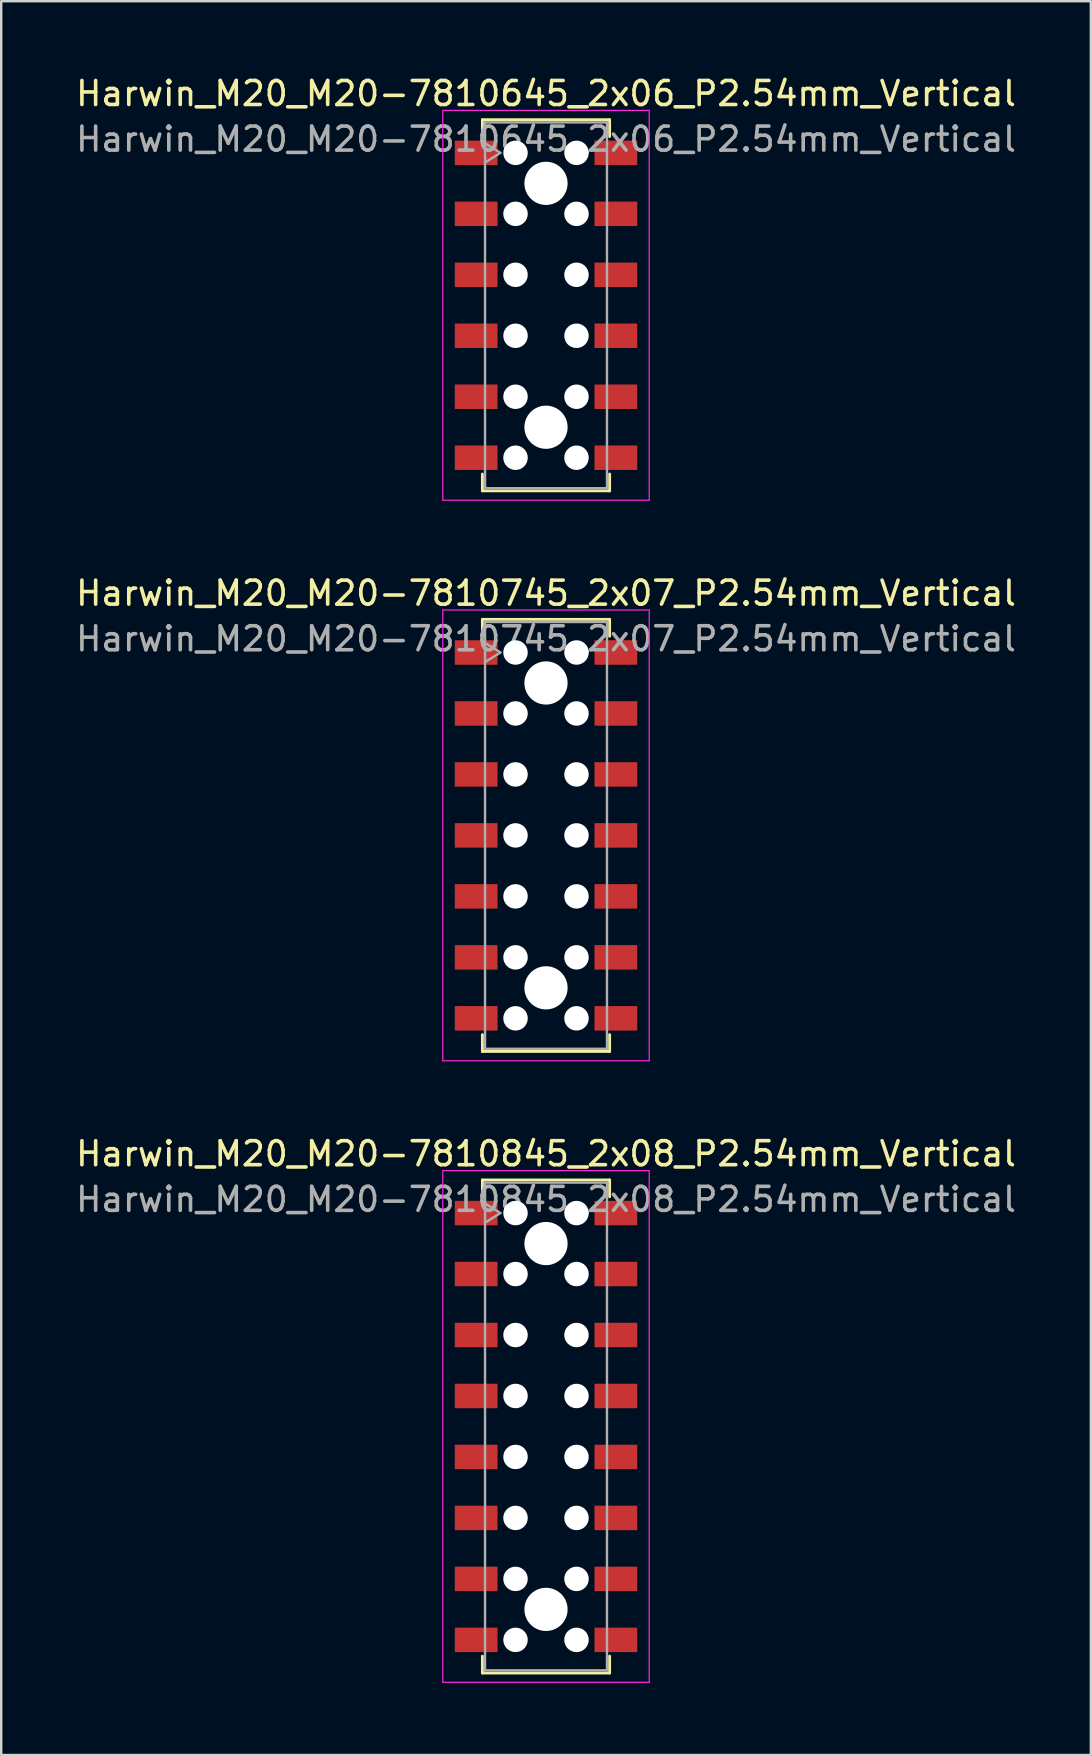
<source format=kicad_pcb>
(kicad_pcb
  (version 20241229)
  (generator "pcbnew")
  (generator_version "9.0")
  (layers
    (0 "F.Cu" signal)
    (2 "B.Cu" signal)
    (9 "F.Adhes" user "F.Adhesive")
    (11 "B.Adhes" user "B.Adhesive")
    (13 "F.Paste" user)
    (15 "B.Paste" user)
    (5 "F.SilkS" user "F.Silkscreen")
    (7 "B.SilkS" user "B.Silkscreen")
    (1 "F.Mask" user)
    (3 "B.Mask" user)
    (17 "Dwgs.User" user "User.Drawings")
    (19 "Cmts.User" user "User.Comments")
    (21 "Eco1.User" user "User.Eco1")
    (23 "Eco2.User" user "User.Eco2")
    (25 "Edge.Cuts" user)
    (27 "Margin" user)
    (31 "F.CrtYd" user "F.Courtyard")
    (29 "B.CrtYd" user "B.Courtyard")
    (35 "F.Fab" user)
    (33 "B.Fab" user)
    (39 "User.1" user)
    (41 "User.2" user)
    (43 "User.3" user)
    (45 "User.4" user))
  (footprint "Harwin_M20_M20-7810645_2x06_P2.54mm_Vertical"
    (layer "F.Cu")
    (at 19.696 9.668)
    (property "Reference" "Harwin_M20_M20-7810645_2x06_P2.54mm_Vertical" (at 0 -8.82 0) (layer "F.SilkS") (effects (font (size 1 1) (thickness 0.15))))
    (attr smd)
    (fp_line (start -2.65 -7.73) (end 2.65 -7.73) (stroke (width 0.12) (type solid)) (layer "F.SilkS"))
    (fp_line (start -2.65 -7.03) (end -2.65 -7.73) (stroke (width 0.12) (type solid)) (layer "F.SilkS"))
    (fp_line (start -2.65 7.03) (end -2.65 7.73) (stroke (width 0.12) (type solid)) (layer "F.SilkS"))
    (fp_line (start -2.65 7.73) (end 2.65 7.73) (stroke (width 0.12) (type solid)) (layer "F.SilkS"))
    (fp_line (start 2.65 -7.73) (end 2.65 -7.03) (stroke (width 0.12) (type solid)) (layer "F.SilkS"))
    (fp_line (start 2.65 7.73) (end 2.65 7.03) (stroke (width 0.12) (type solid)) (layer "F.SilkS"))
    (fp_line (start -4.3 -8.12) (end 4.3 -8.12) (stroke (width 0.05) (type solid)) (layer "F.CrtYd"))
    (fp_line (start -4.3 8.12) (end -4.3 -8.12) (stroke (width 0.05) (type solid)) (layer "F.CrtYd"))
    (fp_line (start 4.3 -8.12) (end 4.3 8.12) (stroke (width 0.05) (type solid)) (layer "F.CrtYd"))
    (fp_line (start 4.3 8.12) (end -4.3 8.12) (stroke (width 0.05) (type solid)) (layer "F.CrtYd"))
    (fp_line (start -2.54 -7.62) (end 2.54 -7.62) (stroke (width 0.1) (type solid)) (layer "F.Fab"))
    (fp_line (start -2.54 -6.75) (end -1.9 -6.35) (stroke (width 0.1) (type solid)) (layer "F.Fab"))
    (fp_line (start -2.54 7.62) (end -2.54 -7.62) (stroke (width 0.1) (type solid)) (layer "F.Fab"))
    (fp_line (start -1.9 -6.35) (end -2.54 -5.95) (stroke (width 0.1) (type solid)) (layer "F.Fab"))
    (fp_line (start 2.54 -7.62) (end 2.54 7.62) (stroke (width 0.1) (type solid)) (layer "F.Fab"))
    (fp_line (start 2.54 7.62) (end -2.54 7.62) (stroke (width 0.1) (type solid)) (layer "F.Fab"))
    (fp_text user "${REFERENCE}" (at 0 -6.92 0) (layer "F.Fab") (effects (font (size 1 1) (thickness 0.15))))
    (pad "" np_thru_hole circle (at -1.27 -6.35) (size 1.02 1.02) (drill 1.02) (layers "*.Cu" "*.Mask"))
    (pad "" np_thru_hole circle (at -1.27 -3.81) (size 1.02 1.02) (drill 1.02) (layers "*.Cu" "*.Mask"))
    (pad "" np_thru_hole circle (at -1.27 -1.27) (size 1.02 1.02) (drill 1.02) (layers "*.Cu" "*.Mask"))
    (pad "" np_thru_hole circle (at -1.27 1.27) (size 1.02 1.02) (drill 1.02) (layers "*.Cu" "*.Mask"))
    (pad "" np_thru_hole circle (at -1.27 3.81) (size 1.02 1.02) (drill 1.02) (layers "*.Cu" "*.Mask"))
    (pad "" np_thru_hole circle (at -1.27 6.35) (size 1.02 1.02) (drill 1.02) (layers "*.Cu" "*.Mask"))
    (pad "" np_thru_hole circle (at 0 -5.08) (size 1.8 1.8) (drill 1.8) (layers "*.Cu" "*.Mask"))
    (pad "" np_thru_hole circle (at 0 5.08) (size 1.8 1.8) (drill 1.8) (layers "*.Cu" "*.Mask"))
    (pad "" np_thru_hole circle (at 1.27 -6.35) (size 1.02 1.02) (drill 1.02) (layers "*.Cu" "*.Mask"))
    (pad "" np_thru_hole circle (at 1.27 -3.81) (size 1.02 1.02) (drill 1.02) (layers "*.Cu" "*.Mask"))
    (pad "" np_thru_hole circle (at 1.27 -1.27) (size 1.02 1.02) (drill 1.02) (layers "*.Cu" "*.Mask"))
    (pad "" np_thru_hole circle (at 1.27 1.27) (size 1.02 1.02) (drill 1.02) (layers "*.Cu" "*.Mask"))
    (pad "" np_thru_hole circle (at 1.27 3.81) (size 1.02 1.02) (drill 1.02) (layers "*.Cu" "*.Mask"))
    (pad "" np_thru_hole circle (at 1.27 6.35) (size 1.02 1.02) (drill 1.02) (layers "*.Cu" "*.Mask"))
    (pad "1" smd rect (at -2.91 -6.35) (size 1.78 1.02) (layers "F.Cu" "F.Mask" "F.Paste"))
    (pad "2" smd rect (at -2.91 -3.81) (size 1.78 1.02) (layers "F.Cu" "F.Mask" "F.Paste"))
    (pad "3" smd rect (at -2.91 -1.27) (size 1.78 1.02) (layers "F.Cu" "F.Mask" "F.Paste"))
    (pad "4" smd rect (at -2.91 1.27) (size 1.78 1.02) (layers "F.Cu" "F.Mask" "F.Paste"))
    (pad "5" smd rect (at -2.91 3.81) (size 1.78 1.02) (layers "F.Cu" "F.Mask" "F.Paste"))
    (pad "6" smd rect (at -2.91 6.35) (size 1.78 1.02) (layers "F.Cu" "F.Mask" "F.Paste"))
    (pad "7" smd rect (at 2.91 -6.35) (size 1.78 1.02) (layers "F.Cu" "F.Mask" "F.Paste"))
    (pad "8" smd rect (at 2.91 -3.81) (size 1.78 1.02) (layers "F.Cu" "F.Mask" "F.Paste"))
    (pad "9" smd rect (at 2.91 -1.27) (size 1.78 1.02) (layers "F.Cu" "F.Mask" "F.Paste"))
    (pad "10" smd rect (at 2.91 1.27) (size 1.78 1.02) (layers "F.Cu" "F.Mask" "F.Paste"))
    (pad "11" smd rect (at 2.91 3.81) (size 1.78 1.02) (layers "F.Cu" "F.Mask" "F.Paste"))
    (pad "12" smd rect (at 2.91 6.35) (size 1.78 1.02) (layers "F.Cu" "F.Mask" "F.Paste")))
  (footprint "Harwin_M20_M20-7810845_2x08_P2.54mm_Vertical"
    (layer "F.Cu")
    (at 19.696 56.375)
    (property "Reference" "Harwin_M20_M20-7810845_2x08_P2.54mm_Vertical" (at 0 -11.36 0) (layer "F.SilkS") (effects (font (size 1 1) (thickness 0.15))))
    (attr smd)
    (fp_line (start -2.65 -10.27) (end 2.65 -10.27) (stroke (width 0.12) (type solid)) (layer "F.SilkS"))
    (fp_line (start -2.65 -9.57) (end -2.65 -10.27) (stroke (width 0.12) (type solid)) (layer "F.SilkS"))
    (fp_line (start -2.65 9.57) (end -2.65 10.27) (stroke (width 0.12) (type solid)) (layer "F.SilkS"))
    (fp_line (start -2.65 10.27) (end 2.65 10.27) (stroke (width 0.12) (type solid)) (layer "F.SilkS"))
    (fp_line (start 2.65 -10.27) (end 2.65 -9.57) (stroke (width 0.12) (type solid)) (layer "F.SilkS"))
    (fp_line (start 2.65 10.27) (end 2.65 9.57) (stroke (width 0.12) (type solid)) (layer "F.SilkS"))
    (fp_line (start -4.3 -10.66) (end 4.3 -10.66) (stroke (width 0.05) (type solid)) (layer "F.CrtYd"))
    (fp_line (start -4.3 10.66) (end -4.3 -10.66) (stroke (width 0.05) (type solid)) (layer "F.CrtYd"))
    (fp_line (start 4.3 -10.66) (end 4.3 10.66) (stroke (width 0.05) (type solid)) (layer "F.CrtYd"))
    (fp_line (start 4.3 10.66) (end -4.3 10.66) (stroke (width 0.05) (type solid)) (layer "F.CrtYd"))
    (fp_line (start -2.54 -10.16) (end 2.54 -10.16) (stroke (width 0.1) (type solid)) (layer "F.Fab"))
    (fp_line (start -2.54 -9.29) (end -1.9 -8.89) (stroke (width 0.1) (type solid)) (layer "F.Fab"))
    (fp_line (start -2.54 10.16) (end -2.54 -10.16) (stroke (width 0.1) (type solid)) (layer "F.Fab"))
    (fp_line (start -1.9 -8.89) (end -2.54 -8.49) (stroke (width 0.1) (type solid)) (layer "F.Fab"))
    (fp_line (start 2.54 -10.16) (end 2.54 10.16) (stroke (width 0.1) (type solid)) (layer "F.Fab"))
    (fp_line (start 2.54 10.16) (end -2.54 10.16) (stroke (width 0.1) (type solid)) (layer "F.Fab"))
    (fp_text user "${REFERENCE}" (at 0 -9.46 0) (layer "F.Fab") (effects (font (size 1 1) (thickness 0.15))))
    (pad "" np_thru_hole circle (at -1.27 -8.89) (size 1.02 1.02) (drill 1.02) (layers "*.Cu" "*.Mask"))
    (pad "" np_thru_hole circle (at -1.27 -6.35) (size 1.02 1.02) (drill 1.02) (layers "*.Cu" "*.Mask"))
    (pad "" np_thru_hole circle (at -1.27 -3.81) (size 1.02 1.02) (drill 1.02) (layers "*.Cu" "*.Mask"))
    (pad "" np_thru_hole circle (at -1.27 -1.27) (size 1.02 1.02) (drill 1.02) (layers "*.Cu" "*.Mask"))
    (pad "" np_thru_hole circle (at -1.27 1.27) (size 1.02 1.02) (drill 1.02) (layers "*.Cu" "*.Mask"))
    (pad "" np_thru_hole circle (at -1.27 3.81) (size 1.02 1.02) (drill 1.02) (layers "*.Cu" "*.Mask"))
    (pad "" np_thru_hole circle (at -1.27 6.35) (size 1.02 1.02) (drill 1.02) (layers "*.Cu" "*.Mask"))
    (pad "" np_thru_hole circle (at -1.27 8.89) (size 1.02 1.02) (drill 1.02) (layers "*.Cu" "*.Mask"))
    (pad "" np_thru_hole circle (at 0 -7.62) (size 1.8 1.8) (drill 1.8) (layers "*.Cu" "*.Mask"))
    (pad "" np_thru_hole circle (at 0 7.62) (size 1.8 1.8) (drill 1.8) (layers "*.Cu" "*.Mask"))
    (pad "" np_thru_hole circle (at 1.27 -8.89) (size 1.02 1.02) (drill 1.02) (layers "*.Cu" "*.Mask"))
    (pad "" np_thru_hole circle (at 1.27 -6.35) (size 1.02 1.02) (drill 1.02) (layers "*.Cu" "*.Mask"))
    (pad "" np_thru_hole circle (at 1.27 -3.81) (size 1.02 1.02) (drill 1.02) (layers "*.Cu" "*.Mask"))
    (pad "" np_thru_hole circle (at 1.27 -1.27) (size 1.02 1.02) (drill 1.02) (layers "*.Cu" "*.Mask"))
    (pad "" np_thru_hole circle (at 1.27 1.27) (size 1.02 1.02) (drill 1.02) (layers "*.Cu" "*.Mask"))
    (pad "" np_thru_hole circle (at 1.27 3.81) (size 1.02 1.02) (drill 1.02) (layers "*.Cu" "*.Mask"))
    (pad "" np_thru_hole circle (at 1.27 6.35) (size 1.02 1.02) (drill 1.02) (layers "*.Cu" "*.Mask"))
    (pad "" np_thru_hole circle (at 1.27 8.89) (size 1.02 1.02) (drill 1.02) (layers "*.Cu" "*.Mask"))
    (pad "1" smd rect (at -2.91 -8.89) (size 1.78 1.02) (layers "F.Cu" "F.Mask" "F.Paste"))
    (pad "2" smd rect (at -2.91 -6.35) (size 1.78 1.02) (layers "F.Cu" "F.Mask" "F.Paste"))
    (pad "3" smd rect (at -2.91 -3.81) (size 1.78 1.02) (layers "F.Cu" "F.Mask" "F.Paste"))
    (pad "4" smd rect (at -2.91 -1.27) (size 1.78 1.02) (layers "F.Cu" "F.Mask" "F.Paste"))
    (pad "5" smd rect (at -2.91 1.27) (size 1.78 1.02) (layers "F.Cu" "F.Mask" "F.Paste"))
    (pad "6" smd rect (at -2.91 3.81) (size 1.78 1.02) (layers "F.Cu" "F.Mask" "F.Paste"))
    (pad "7" smd rect (at -2.91 6.35) (size 1.78 1.02) (layers "F.Cu" "F.Mask" "F.Paste"))
    (pad "8" smd rect (at -2.91 8.89) (size 1.78 1.02) (layers "F.Cu" "F.Mask" "F.Paste"))
    (pad "9" smd rect (at 2.91 -8.89) (size 1.78 1.02) (layers "F.Cu" "F.Mask" "F.Paste"))
    (pad "10" smd rect (at 2.91 -6.35) (size 1.78 1.02) (layers "F.Cu" "F.Mask" "F.Paste"))
    (pad "11" smd rect (at 2.91 -3.81) (size 1.78 1.02) (layers "F.Cu" "F.Mask" "F.Paste"))
    (pad "12" smd rect (at 2.91 -1.27) (size 1.78 1.02) (layers "F.Cu" "F.Mask" "F.Paste"))
    (pad "13" smd rect (at 2.91 1.27) (size 1.78 1.02) (layers "F.Cu" "F.Mask" "F.Paste"))
    (pad "14" smd rect (at 2.91 3.81) (size 1.78 1.02) (layers "F.Cu" "F.Mask" "F.Paste"))
    (pad "15" smd rect (at 2.91 6.35) (size 1.78 1.02) (layers "F.Cu" "F.Mask" "F.Paste"))
    (pad "16" smd rect (at 2.91 8.89) (size 1.78 1.02) (layers "F.Cu" "F.Mask" "F.Paste")))
  (footprint "Harwin_M20_M20-7810745_2x07_P2.54mm_Vertical"
    (layer "F.Cu")
    (at 19.696 31.752)
    (property "Reference" "Harwin_M20_M20-7810745_2x07_P2.54mm_Vertical" (at 0 -10.09 0) (layer "F.SilkS") (effects (font (size 1 1) (thickness 0.15))))
    (attr smd)
    (fp_line (start -2.65 -9) (end 2.65 -9) (stroke (width 0.12) (type solid)) (layer "F.SilkS"))
    (fp_line (start -2.65 -8.3) (end -2.65 -9) (stroke (width 0.12) (type solid)) (layer "F.SilkS"))
    (fp_line (start -2.65 8.3) (end -2.65 9) (stroke (width 0.12) (type solid)) (layer "F.SilkS"))
    (fp_line (start -2.65 9) (end 2.65 9) (stroke (width 0.12) (type solid)) (layer "F.SilkS"))
    (fp_line (start 2.65 -9) (end 2.65 -8.3) (stroke (width 0.12) (type solid)) (layer "F.SilkS"))
    (fp_line (start 2.65 9) (end 2.65 8.3) (stroke (width 0.12) (type solid)) (layer "F.SilkS"))
    (fp_line (start -4.3 -9.39) (end 4.3 -9.39) (stroke (width 0.05) (type solid)) (layer "F.CrtYd"))
    (fp_line (start -4.3 9.39) (end -4.3 -9.39) (stroke (width 0.05) (type solid)) (layer "F.CrtYd"))
    (fp_line (start 4.3 -9.39) (end 4.3 9.39) (stroke (width 0.05) (type solid)) (layer "F.CrtYd"))
    (fp_line (start 4.3 9.39) (end -4.3 9.39) (stroke (width 0.05) (type solid)) (layer "F.CrtYd"))
    (fp_line (start -2.54 -8.89) (end 2.54 -8.89) (stroke (width 0.1) (type solid)) (layer "F.Fab"))
    (fp_line (start -2.54 -8.02) (end -1.9 -7.62) (stroke (width 0.1) (type solid)) (layer "F.Fab"))
    (fp_line (start -2.54 8.89) (end -2.54 -8.89) (stroke (width 0.1) (type solid)) (layer "F.Fab"))
    (fp_line (start -1.9 -7.62) (end -2.54 -7.22) (stroke (width 0.1) (type solid)) (layer "F.Fab"))
    (fp_line (start 2.54 -8.89) (end 2.54 8.89) (stroke (width 0.1) (type solid)) (layer "F.Fab"))
    (fp_line (start 2.54 8.89) (end -2.54 8.89) (stroke (width 0.1) (type solid)) (layer "F.Fab"))
    (fp_text user "${REFERENCE}" (at 0 -8.19 0) (layer "F.Fab") (effects (font (size 1 1) (thickness 0.15))))
    (pad "" np_thru_hole circle (at -1.27 -7.62) (size 1.02 1.02) (drill 1.02) (layers "*.Cu" "*.Mask"))
    (pad "" np_thru_hole circle (at -1.27 -5.08) (size 1.02 1.02) (drill 1.02) (layers "*.Cu" "*.Mask"))
    (pad "" np_thru_hole circle (at -1.27 -2.54) (size 1.02 1.02) (drill 1.02) (layers "*.Cu" "*.Mask"))
    (pad "" np_thru_hole circle (at -1.27 0) (size 1.02 1.02) (drill 1.02) (layers "*.Cu" "*.Mask"))
    (pad "" np_thru_hole circle (at -1.27 2.54) (size 1.02 1.02) (drill 1.02) (layers "*.Cu" "*.Mask"))
    (pad "" np_thru_hole circle (at -1.27 5.08) (size 1.02 1.02) (drill 1.02) (layers "*.Cu" "*.Mask"))
    (pad "" np_thru_hole circle (at -1.27 7.62) (size 1.02 1.02) (drill 1.02) (layers "*.Cu" "*.Mask"))
    (pad "" np_thru_hole circle (at 0 -6.35) (size 1.8 1.8) (drill 1.8) (layers "*.Cu" "*.Mask"))
    (pad "" np_thru_hole circle (at 0 6.35) (size 1.8 1.8) (drill 1.8) (layers "*.Cu" "*.Mask"))
    (pad "" np_thru_hole circle (at 1.27 -7.62) (size 1.02 1.02) (drill 1.02) (layers "*.Cu" "*.Mask"))
    (pad "" np_thru_hole circle (at 1.27 -5.08) (size 1.02 1.02) (drill 1.02) (layers "*.Cu" "*.Mask"))
    (pad "" np_thru_hole circle (at 1.27 -2.54) (size 1.02 1.02) (drill 1.02) (layers "*.Cu" "*.Mask"))
    (pad "" np_thru_hole circle (at 1.27 0) (size 1.02 1.02) (drill 1.02) (layers "*.Cu" "*.Mask"))
    (pad "" np_thru_hole circle (at 1.27 2.54) (size 1.02 1.02) (drill 1.02) (layers "*.Cu" "*.Mask"))
    (pad "" np_thru_hole circle (at 1.27 5.08) (size 1.02 1.02) (drill 1.02) (layers "*.Cu" "*.Mask"))
    (pad "" np_thru_hole circle (at 1.27 7.62) (size 1.02 1.02) (drill 1.02) (layers "*.Cu" "*.Mask"))
    (pad "1" smd rect (at -2.91 -7.62) (size 1.78 1.02) (layers "F.Cu" "F.Mask" "F.Paste"))
    (pad "2" smd rect (at -2.91 -5.08) (size 1.78 1.02) (layers "F.Cu" "F.Mask" "F.Paste"))
    (pad "3" smd rect (at -2.91 -2.54) (size 1.78 1.02) (layers "F.Cu" "F.Mask" "F.Paste"))
    (pad "4" smd rect (at -2.91 0) (size 1.78 1.02) (layers "F.Cu" "F.Mask" "F.Paste"))
    (pad "5" smd rect (at -2.91 2.54) (size 1.78 1.02) (layers "F.Cu" "F.Mask" "F.Paste"))
    (pad "6" smd rect (at -2.91 5.08) (size 1.78 1.02) (layers "F.Cu" "F.Mask" "F.Paste"))
    (pad "7" smd rect (at -2.91 7.62) (size 1.78 1.02) (layers "F.Cu" "F.Mask" "F.Paste"))
    (pad "8" smd rect (at 2.91 -7.62) (size 1.78 1.02) (layers "F.Cu" "F.Mask" "F.Paste"))
    (pad "9" smd rect (at 2.91 -5.08) (size 1.78 1.02) (layers "F.Cu" "F.Mask" "F.Paste"))
    (pad "10" smd rect (at 2.91 -2.54) (size 1.78 1.02) (layers "F.Cu" "F.Mask" "F.Paste"))
    (pad "11" smd rect (at 2.91 0) (size 1.78 1.02) (layers "F.Cu" "F.Mask" "F.Paste"))
    (pad "12" smd rect (at 2.91 2.54) (size 1.78 1.02) (layers "F.Cu" "F.Mask" "F.Paste"))
    (pad "13" smd rect (at 2.91 5.08) (size 1.78 1.02) (layers "F.Cu" "F.Mask" "F.Paste"))
    (pad "14" smd rect (at 2.91 7.62) (size 1.78 1.02) (layers "F.Cu" "F.Mask" "F.Paste")))
  (gr_rect
    (start -3 -3)
    (end 42.393 70.06)
    (stroke (width 0.1) (type default))
    (fill no)
    (layer "Edge.Cuts")))
</source>
